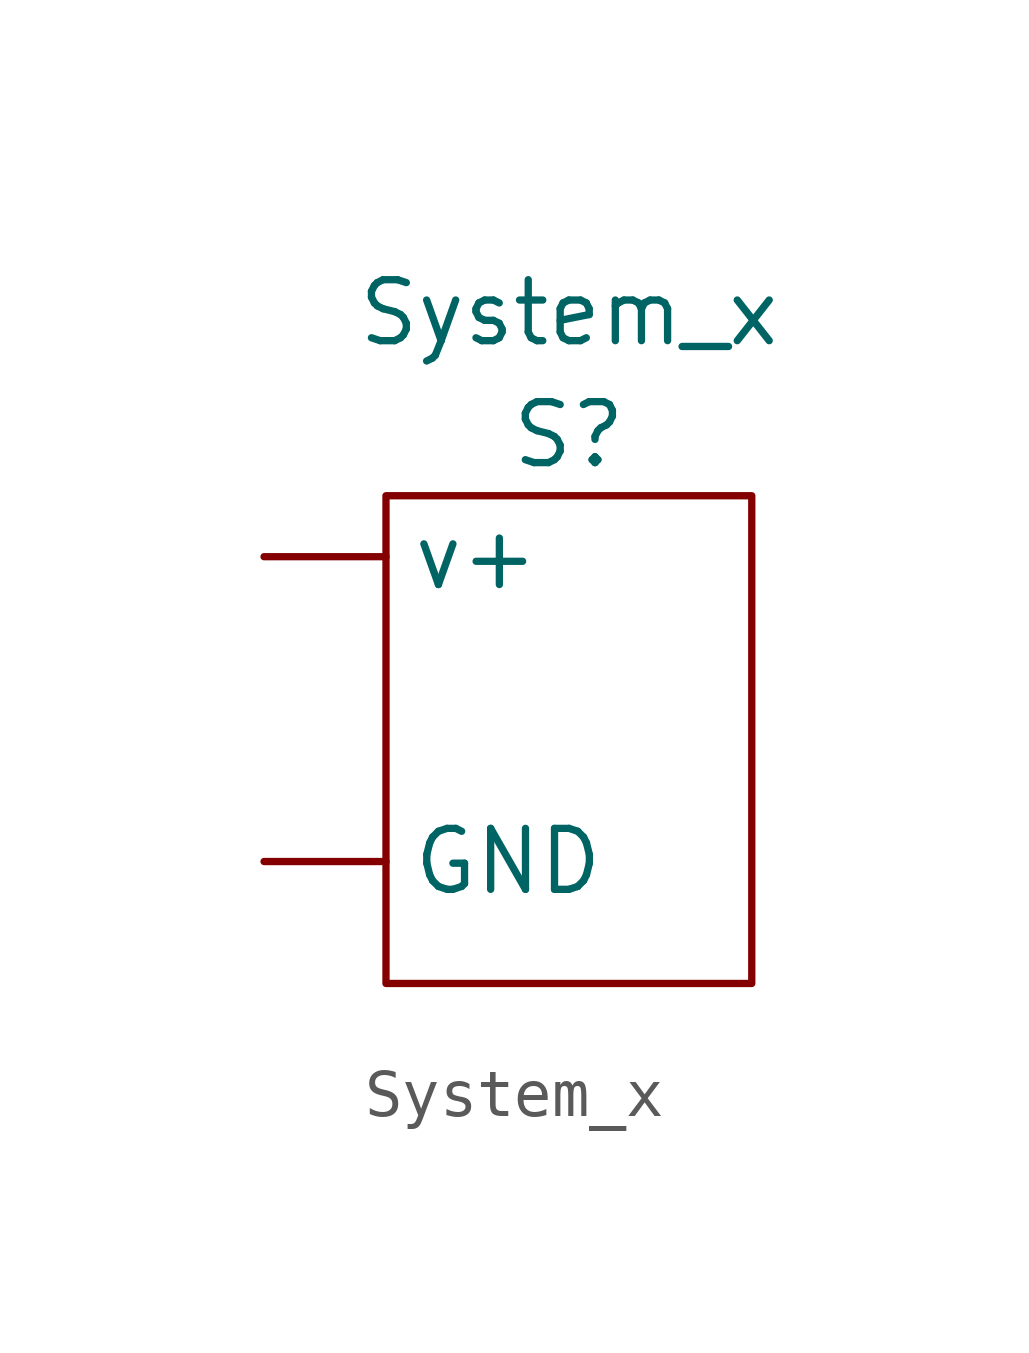
<source format=kicad_sym>
(kicad_symbol_lib
  (version 20220102)
  (generator kicad_symbol_editor)
  (symbol "System_x"
    (property "Reference" "S"
      (at 0 7.62 0)
      (effects (font (size 1.27 1.27))))
    (property "Value" "System_x"
      (at 0 10.16 0)
      (effects (font (size 1.27 1.27))))
    (symbol "System_x_0_1"
      (rectangle (start -3.81 6.35) (end 3.81 -3.81) (stroke (width 0) (type default)) (fill (type none))))
    (symbol "System_x_1_1"
      (pin power_out line (at -6.35 -1.27 0) (length 2.54) (name "GND" (effects (font (size 1.27 1.27)))) (number "" (effects (font (size 1.27 1.27)))))
      (pin power_in line (at -6.35 5.08 0) (length 2.54) (name "v+" (effects (font (size 1.27 1.27)))) (number "" (effects (font (size 1.27 1.27))))))))
</source>
